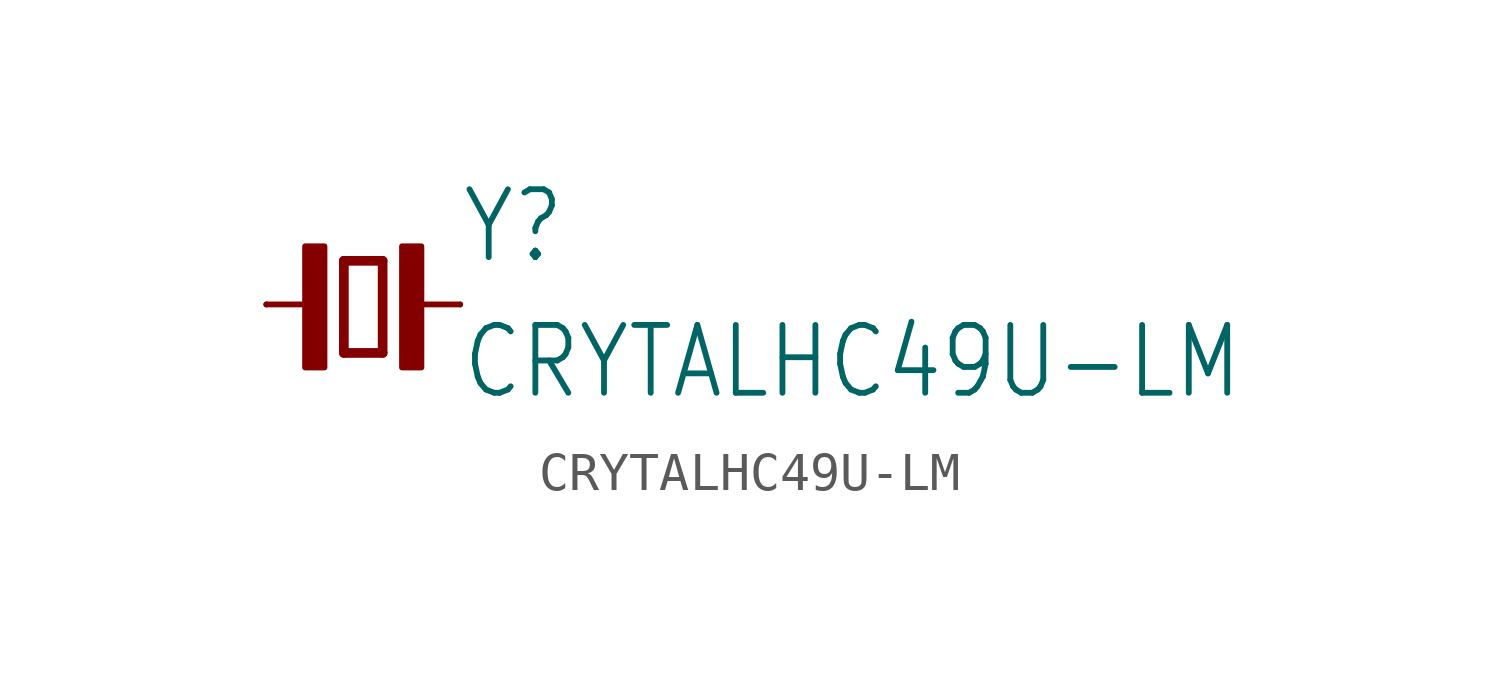
<source format=kicad_sym>
(kicad_symbol_lib
  (version 20211014)
  (generator kicad_symbol_editor)
  (symbol "CRYTALHC49U-LM"
    (property "Reference" "Y"
      (at 2.54 1.016 0)
      (effects (font (size 1.778 1.511)) (justify left bottom)))
    (property "Value" "CRYTALHC49U-LM"
      (at 2.54 -2.54 0)
      (effects (font (size 1.778 1.511)) (justify left bottom)))
    (property "ki_locked" ""
      (at 0 0 0)
      (effects (font (size 1.27 1.27))))
    (symbol "CRYTALHC49U-LM_1_0"
      (rectangle (start -1.524 -1.651) (end -1.016 1.524) (stroke (width 0) (type default) (color 0 0 0 0)) (fill (type outline)))
      (polyline (pts (xy -2.54 0) (xy -1.143 0)) (stroke (width 0.152) (type default) (color 0 0 0 0)) (fill (type none)))
      (polyline (pts (xy -0.508 -1.27) (xy 0.508 -1.27)) (stroke (width 0.254) (type default) (color 0 0 0 0)) (fill (type none)))
      (polyline (pts (xy -0.508 1.143) (xy -0.508 -1.27)) (stroke (width 0.254) (type default) (color 0 0 0 0)) (fill (type none)))
      (polyline (pts (xy 0.508 -1.27) (xy 0.508 1.143)) (stroke (width 0.254) (type default) (color 0 0 0 0)) (fill (type none)))
      (polyline (pts (xy 0.508 1.143) (xy -0.508 1.143)) (stroke (width 0.254) (type default) (color 0 0 0 0)) (fill (type none)))
      (polyline (pts (xy 1.143 0) (xy 2.54 0)) (stroke (width 0.152) (type default) (color 0 0 0 0)) (fill (type none)))
      (rectangle (start 1.016 -1.651) (end 1.524 1.524) (stroke (width 0) (type default) (color 0 0 0 0)) (fill (type outline)))
      (pin passive line (at -2.54 0 0) (length 0) (name "1" (effects (font (size 0 0)))) (number "1" (effects (font (size 0 0)))))
      (pin passive line (at 2.54 0 180) (length 0) (name "2" (effects (font (size 0 0)))) (number "2" (effects (font (size 0 0))))))))
</source>
